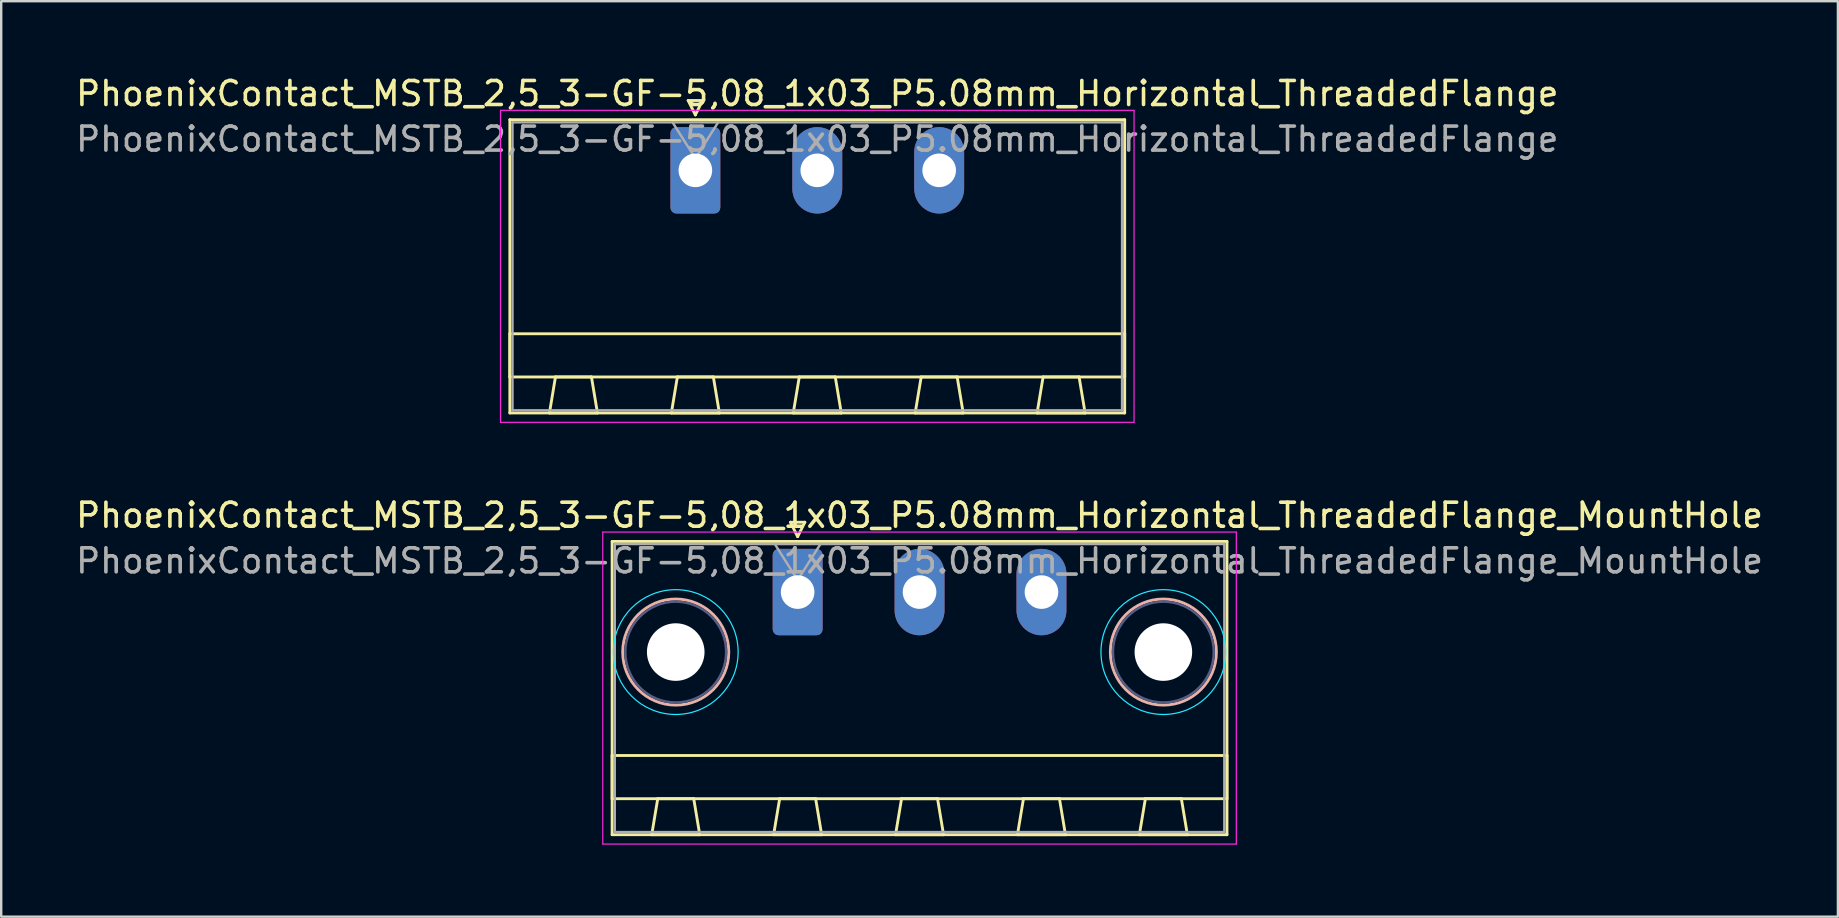
<source format=kicad_pcb>
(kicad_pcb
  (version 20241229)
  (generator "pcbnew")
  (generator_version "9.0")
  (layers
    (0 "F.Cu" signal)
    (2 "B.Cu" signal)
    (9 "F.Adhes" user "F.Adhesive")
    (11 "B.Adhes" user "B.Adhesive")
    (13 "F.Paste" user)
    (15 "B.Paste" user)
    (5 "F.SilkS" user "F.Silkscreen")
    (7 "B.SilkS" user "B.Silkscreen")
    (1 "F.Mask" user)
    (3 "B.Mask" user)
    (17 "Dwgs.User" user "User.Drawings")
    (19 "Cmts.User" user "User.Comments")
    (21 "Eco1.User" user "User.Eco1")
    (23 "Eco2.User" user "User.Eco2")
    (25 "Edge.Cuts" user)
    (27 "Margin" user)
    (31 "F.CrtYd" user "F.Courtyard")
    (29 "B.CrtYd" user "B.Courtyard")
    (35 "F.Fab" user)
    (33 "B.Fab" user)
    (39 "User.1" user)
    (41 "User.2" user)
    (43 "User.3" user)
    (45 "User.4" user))
  (footprint "PhoenixContact_MSTB_2,5_3-GF-5,08_1x03_P5.08mm_Horizontal_ThreadedFlange_MountHole"
    (layer "F.Cu")
    (at 30.188 21.622)
    (property "Reference" "PhoenixContact_MSTB_2,5_3-GF-5,08_1x03_P5.08mm_Horizontal_ThreadedFlange_MountHole" (at 5.08 -3.2 0) (layer "F.SilkS") (effects (font (size 1 1) (thickness 0.15))))
    (attr through_hole)
    (fp_line (start -7.73 -2.11) (end -7.73 10.11) (stroke (width 0.12) (type solid)) (layer "F.SilkS"))
    (fp_line (start -7.73 6.81) (end 17.89 6.81) (stroke (width 0.12) (type solid)) (layer "F.SilkS"))
    (fp_line (start -7.73 8.61) (end -7.73 6.81) (stroke (width 0.12) (type solid)) (layer "F.SilkS"))
    (fp_line (start -7.73 10.11) (end 17.89 10.11) (stroke (width 0.12) (type solid)) (layer "F.SilkS"))
    (fp_line (start -6.08 10.11) (end -4.08 10.11) (stroke (width 0.12) (type solid)) (layer "F.SilkS"))
    (fp_line (start -5.83 8.61) (end -6.08 10.11) (stroke (width 0.12) (type solid)) (layer "F.SilkS"))
    (fp_line (start -4.33 8.61) (end -5.83 8.61) (stroke (width 0.12) (type solid)) (layer "F.SilkS"))
    (fp_line (start -4.08 10.11) (end -4.33 8.61) (stroke (width 0.12) (type solid)) (layer "F.SilkS"))
    (fp_line (start -1 10.11) (end 1 10.11) (stroke (width 0.12) (type solid)) (layer "F.SilkS"))
    (fp_line (start -0.75 8.61) (end -1 10.11) (stroke (width 0.12) (type solid)) (layer "F.SilkS"))
    (fp_line (start -0.3 -2.91) (end 0.3 -2.91) (stroke (width 0.12) (type solid)) (layer "F.SilkS"))
    (fp_line (start 0 -2.31) (end -0.3 -2.91) (stroke (width 0.12) (type solid)) (layer "F.SilkS"))
    (fp_line (start 0.3 -2.91) (end 0 -2.31) (stroke (width 0.12) (type solid)) (layer "F.SilkS"))
    (fp_line (start 0.75 8.61) (end -0.75 8.61) (stroke (width 0.12) (type solid)) (layer "F.SilkS"))
    (fp_line (start 1 10.11) (end 0.75 8.61) (stroke (width 0.12) (type solid)) (layer "F.SilkS"))
    (fp_line (start 4.08 10.11) (end 6.08 10.11) (stroke (width 0.12) (type solid)) (layer "F.SilkS"))
    (fp_line (start 4.33 8.61) (end 4.08 10.11) (stroke (width 0.12) (type solid)) (layer "F.SilkS"))
    (fp_line (start 5.83 8.61) (end 4.33 8.61) (stroke (width 0.12) (type solid)) (layer "F.SilkS"))
    (fp_line (start 6.08 10.11) (end 5.83 8.61) (stroke (width 0.12) (type solid)) (layer "F.SilkS"))
    (fp_line (start 9.16 10.11) (end 11.16 10.11) (stroke (width 0.12) (type solid)) (layer "F.SilkS"))
    (fp_line (start 9.41 8.61) (end 9.16 10.11) (stroke (width 0.12) (type solid)) (layer "F.SilkS"))
    (fp_line (start 10.91 8.61) (end 9.41 8.61) (stroke (width 0.12) (type solid)) (layer "F.SilkS"))
    (fp_line (start 11.16 10.11) (end 10.91 8.61) (stroke (width 0.12) (type solid)) (layer "F.SilkS"))
    (fp_line (start 14.24 10.11) (end 16.24 10.11) (stroke (width 0.12) (type solid)) (layer "F.SilkS"))
    (fp_line (start 14.49 8.61) (end 14.24 10.11) (stroke (width 0.12) (type solid)) (layer "F.SilkS"))
    (fp_line (start 15.99 8.61) (end 14.49 8.61) (stroke (width 0.12) (type solid)) (layer "F.SilkS"))
    (fp_line (start 16.24 10.11) (end 15.99 8.61) (stroke (width 0.12) (type solid)) (layer "F.SilkS"))
    (fp_line (start 17.89 -2.11) (end -7.73 -2.11) (stroke (width 0.12) (type solid)) (layer "F.SilkS"))
    (fp_line (start 17.89 6.81) (end 17.89 8.61) (stroke (width 0.12) (type solid)) (layer "F.SilkS"))
    (fp_line (start 17.89 8.61) (end -7.73 8.61) (stroke (width 0.12) (type solid)) (layer "F.SilkS"))
    (fp_line (start 17.89 10.11) (end 17.89 -2.11) (stroke (width 0.12) (type solid)) (layer "F.SilkS"))
    (fp_circle (center -5.08 2.5) (end -2.87 2.5) (stroke (width 0.12) (type solid)) (fill no) (layer "B.SilkS"))
    (fp_circle (center 15.24 2.5) (end 17.45 2.5) (stroke (width 0.12) (type solid)) (fill no) (layer "B.SilkS"))
    (fp_circle (center -5.08 2.5) (end -2.48 2.5) (stroke (width 0.05) (type solid)) (fill no) (layer "B.CrtYd"))
    (fp_circle (center 15.24 2.5) (end 17.84 2.5) (stroke (width 0.05) (type solid)) (fill no) (layer "B.CrtYd"))
    (fp_line (start -8.12 -2.5) (end -8.12 10.5) (stroke (width 0.05) (type solid)) (layer "F.CrtYd"))
    (fp_line (start -8.12 10.5) (end 18.28 10.5) (stroke (width 0.05) (type solid)) (layer "F.CrtYd"))
    (fp_line (start 18.28 -2.5) (end -8.12 -2.5) (stroke (width 0.05) (type solid)) (layer "F.CrtYd"))
    (fp_line (start 18.28 10.5) (end 18.28 -2.5) (stroke (width 0.05) (type solid)) (layer "F.CrtYd"))
    (fp_circle (center -5.08 2.5) (end -2.98 2.5) (stroke (width 0.1) (type solid)) (fill no) (layer "B.Fab"))
    (fp_circle (center 15.24 2.5) (end 17.34 2.5) (stroke (width 0.1) (type solid)) (fill no) (layer "B.Fab"))
    (fp_line (start -7.62 -2) (end -7.62 10) (stroke (width 0.1) (type solid)) (layer "F.Fab"))
    (fp_line (start -7.62 10) (end 17.78 10) (stroke (width 0.1) (type solid)) (layer "F.Fab"))
    (fp_line (start 0 -0.5) (end -0.95 -2) (stroke (width 0.1) (type solid)) (layer "F.Fab"))
    (fp_line (start 0.95 -2) (end 0 -0.5) (stroke (width 0.1) (type solid)) (layer "F.Fab"))
    (fp_line (start 17.78 -2) (end -7.62 -2) (stroke (width 0.1) (type solid)) (layer "F.Fab"))
    (fp_line (start 17.78 10) (end 17.78 -2) (stroke (width 0.1) (type solid)) (layer "F.Fab"))
    (fp_text user "${REFERENCE}" (at 5.08 -1.3 0) (layer "F.Fab") (effects (font (size 1 1) (thickness 0.15))))
    (pad "" np_thru_hole circle (at -5.08 2.5) (size 2.4 2.4) (drill 2.4) (layers "*.Cu" "*.Mask"))
    (pad "" np_thru_hole circle (at 15.24 2.5) (size 2.4 2.4) (drill 2.4) (layers "*.Cu" "*.Mask"))
    (pad "1" thru_hole roundrect (at 0 0) (size 2.08 3.6) (drill 1.4) (layers "*.Cu" "*.Mask") (roundrect_rratio 0.12))
    (pad "2" thru_hole oval (at 5.08 0) (size 2.08 3.6) (drill 1.4) (layers "*.Cu" "*.Mask"))
    (pad "3" thru_hole oval (at 10.16 0) (size 2.08 3.6) (drill 1.4) (layers "*.Cu" "*.Mask")))
  (footprint "PhoenixContact_MSTB_2,5_3-GF-5,08_1x03_P5.08mm_Horizontal_ThreadedFlange"
    (layer "F.Cu")
    (at 25.926 4.048)
    (property "Reference" "PhoenixContact_MSTB_2,5_3-GF-5,08_1x03_P5.08mm_Horizontal_ThreadedFlange" (at 5.08 -3.2 0) (layer "F.SilkS") (effects (font (size 1 1) (thickness 0.15))))
    (attr through_hole)
    (fp_line (start -7.73 -2.11) (end -7.73 10.11) (stroke (width 0.12) (type solid)) (layer "F.SilkS"))
    (fp_line (start -7.73 6.81) (end 17.89 6.81) (stroke (width 0.12) (type solid)) (layer "F.SilkS"))
    (fp_line (start -7.73 8.61) (end -7.73 6.81) (stroke (width 0.12) (type solid)) (layer "F.SilkS"))
    (fp_line (start -7.73 10.11) (end 17.89 10.11) (stroke (width 0.12) (type solid)) (layer "F.SilkS"))
    (fp_line (start -6.08 10.11) (end -4.08 10.11) (stroke (width 0.12) (type solid)) (layer "F.SilkS"))
    (fp_line (start -5.83 8.61) (end -6.08 10.11) (stroke (width 0.12) (type solid)) (layer "F.SilkS"))
    (fp_line (start -4.33 8.61) (end -5.83 8.61) (stroke (width 0.12) (type solid)) (layer "F.SilkS"))
    (fp_line (start -4.08 10.11) (end -4.33 8.61) (stroke (width 0.12) (type solid)) (layer "F.SilkS"))
    (fp_line (start -1 10.11) (end 1 10.11) (stroke (width 0.12) (type solid)) (layer "F.SilkS"))
    (fp_line (start -0.75 8.61) (end -1 10.11) (stroke (width 0.12) (type solid)) (layer "F.SilkS"))
    (fp_line (start -0.3 -2.91) (end 0.3 -2.91) (stroke (width 0.12) (type solid)) (layer "F.SilkS"))
    (fp_line (start 0 -2.31) (end -0.3 -2.91) (stroke (width 0.12) (type solid)) (layer "F.SilkS"))
    (fp_line (start 0.3 -2.91) (end 0 -2.31) (stroke (width 0.12) (type solid)) (layer "F.SilkS"))
    (fp_line (start 0.75 8.61) (end -0.75 8.61) (stroke (width 0.12) (type solid)) (layer "F.SilkS"))
    (fp_line (start 1 10.11) (end 0.75 8.61) (stroke (width 0.12) (type solid)) (layer "F.SilkS"))
    (fp_line (start 4.08 10.11) (end 6.08 10.11) (stroke (width 0.12) (type solid)) (layer "F.SilkS"))
    (fp_line (start 4.33 8.61) (end 4.08 10.11) (stroke (width 0.12) (type solid)) (layer "F.SilkS"))
    (fp_line (start 5.83 8.61) (end 4.33 8.61) (stroke (width 0.12) (type solid)) (layer "F.SilkS"))
    (fp_line (start 6.08 10.11) (end 5.83 8.61) (stroke (width 0.12) (type solid)) (layer "F.SilkS"))
    (fp_line (start 9.16 10.11) (end 11.16 10.11) (stroke (width 0.12) (type solid)) (layer "F.SilkS"))
    (fp_line (start 9.41 8.61) (end 9.16 10.11) (stroke (width 0.12) (type solid)) (layer "F.SilkS"))
    (fp_line (start 10.91 8.61) (end 9.41 8.61) (stroke (width 0.12) (type solid)) (layer "F.SilkS"))
    (fp_line (start 11.16 10.11) (end 10.91 8.61) (stroke (width 0.12) (type solid)) (layer "F.SilkS"))
    (fp_line (start 14.24 10.11) (end 16.24 10.11) (stroke (width 0.12) (type solid)) (layer "F.SilkS"))
    (fp_line (start 14.49 8.61) (end 14.24 10.11) (stroke (width 0.12) (type solid)) (layer "F.SilkS"))
    (fp_line (start 15.99 8.61) (end 14.49 8.61) (stroke (width 0.12) (type solid)) (layer "F.SilkS"))
    (fp_line (start 16.24 10.11) (end 15.99 8.61) (stroke (width 0.12) (type solid)) (layer "F.SilkS"))
    (fp_line (start 17.89 -2.11) (end -7.73 -2.11) (stroke (width 0.12) (type solid)) (layer "F.SilkS"))
    (fp_line (start 17.89 6.81) (end 17.89 8.61) (stroke (width 0.12) (type solid)) (layer "F.SilkS"))
    (fp_line (start 17.89 8.61) (end -7.73 8.61) (stroke (width 0.12) (type solid)) (layer "F.SilkS"))
    (fp_line (start 17.89 10.11) (end 17.89 -2.11) (stroke (width 0.12) (type solid)) (layer "F.SilkS"))
    (fp_line (start -8.12 -2.5) (end -8.12 10.5) (stroke (width 0.05) (type solid)) (layer "F.CrtYd"))
    (fp_line (start -8.12 10.5) (end 18.28 10.5) (stroke (width 0.05) (type solid)) (layer "F.CrtYd"))
    (fp_line (start 18.28 -2.5) (end -8.12 -2.5) (stroke (width 0.05) (type solid)) (layer "F.CrtYd"))
    (fp_line (start 18.28 10.5) (end 18.28 -2.5) (stroke (width 0.05) (type solid)) (layer "F.CrtYd"))
    (fp_line (start -7.62 -2) (end -7.62 10) (stroke (width 0.1) (type solid)) (layer "F.Fab"))
    (fp_line (start -7.62 10) (end 17.78 10) (stroke (width 0.1) (type solid)) (layer "F.Fab"))
    (fp_line (start 0 -0.5) (end -0.95 -2) (stroke (width 0.1) (type solid)) (layer "F.Fab"))
    (fp_line (start 0.95 -2) (end 0 -0.5) (stroke (width 0.1) (type solid)) (layer "F.Fab"))
    (fp_line (start 17.78 -2) (end -7.62 -2) (stroke (width 0.1) (type solid)) (layer "F.Fab"))
    (fp_line (start 17.78 10) (end 17.78 -2) (stroke (width 0.1) (type solid)) (layer "F.Fab"))
    (fp_text user "${REFERENCE}" (at 5.08 -1.3 0) (layer "F.Fab") (effects (font (size 1 1) (thickness 0.15))))
    (pad "1" thru_hole roundrect (at 0 0) (size 2.08 3.6) (drill 1.4) (layers "*.Cu" "*.Mask") (roundrect_rratio 0.12))
    (pad "2" thru_hole oval (at 5.08 0) (size 2.08 3.6) (drill 1.4) (layers "*.Cu" "*.Mask"))
    (pad "3" thru_hole oval (at 10.16 0) (size 2.08 3.6) (drill 1.4) (layers "*.Cu" "*.Mask")))
  (gr_rect
    (start -3 -3)
    (end 73.536 35.147)
    (stroke (width 0.1) (type default))
    (fill no)
    (layer "Edge.Cuts")))
</source>
